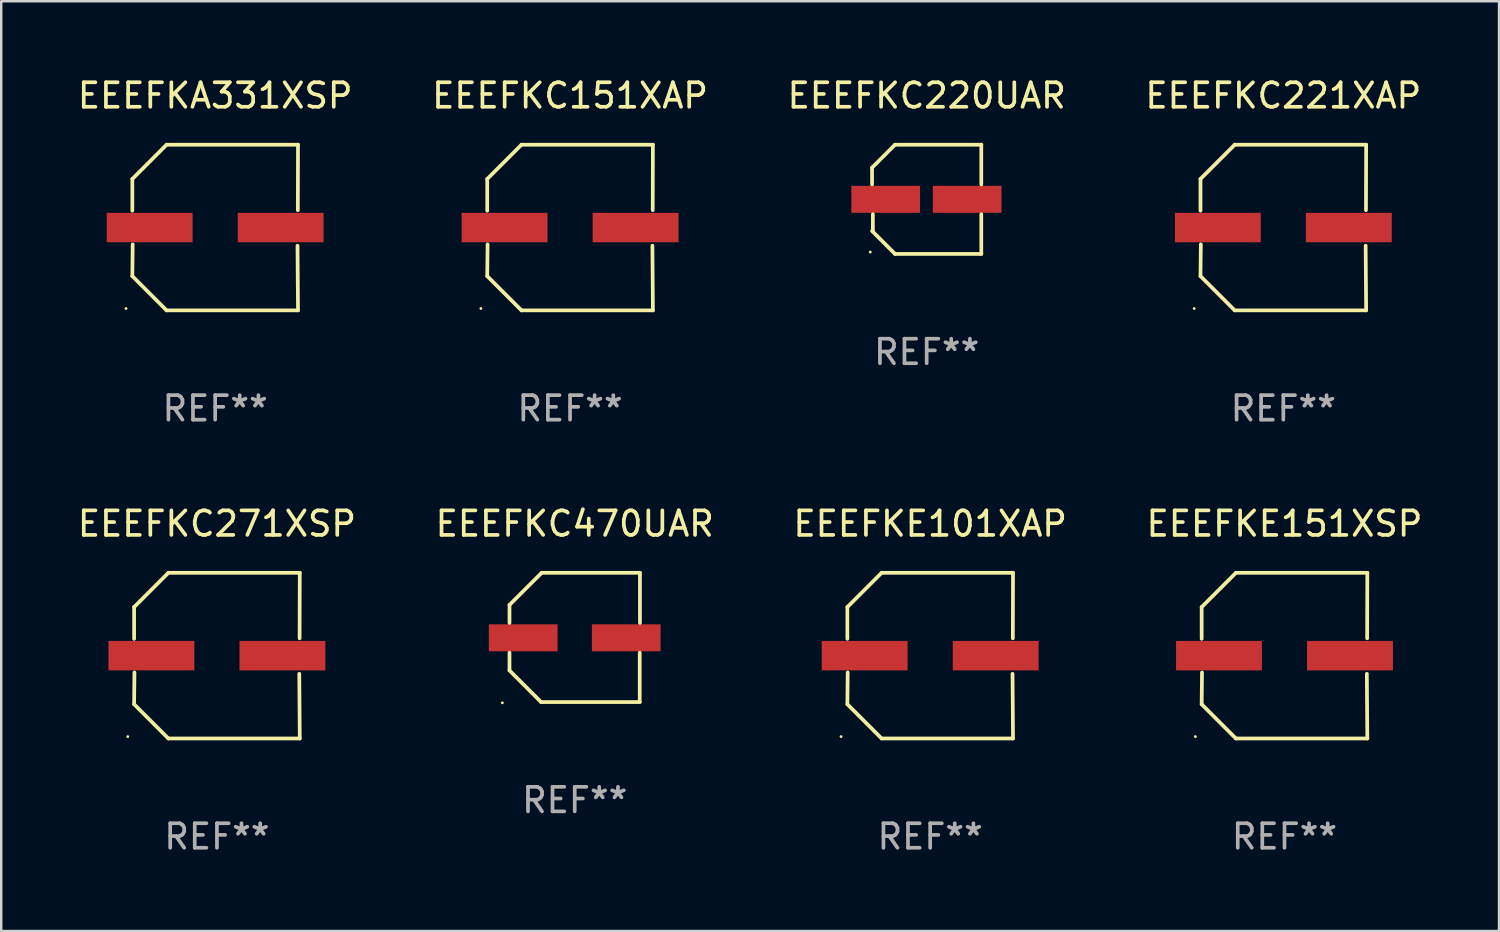
<source format=kicad_pcb>
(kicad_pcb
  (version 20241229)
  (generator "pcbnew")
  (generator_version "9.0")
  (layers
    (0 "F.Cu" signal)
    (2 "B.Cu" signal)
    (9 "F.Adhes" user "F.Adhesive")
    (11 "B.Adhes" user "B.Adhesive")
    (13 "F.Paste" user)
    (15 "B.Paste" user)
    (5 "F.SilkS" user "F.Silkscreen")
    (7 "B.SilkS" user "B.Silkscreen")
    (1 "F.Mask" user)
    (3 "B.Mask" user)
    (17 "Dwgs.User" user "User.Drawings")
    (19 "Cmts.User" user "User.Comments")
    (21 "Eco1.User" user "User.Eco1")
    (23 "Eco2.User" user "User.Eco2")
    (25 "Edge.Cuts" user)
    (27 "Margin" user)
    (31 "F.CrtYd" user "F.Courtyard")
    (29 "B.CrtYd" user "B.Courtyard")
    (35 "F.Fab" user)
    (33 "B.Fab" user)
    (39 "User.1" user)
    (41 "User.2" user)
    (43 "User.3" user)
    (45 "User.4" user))
  (footprint "EEEFKC271XSP"
    (layer "F.Cu")
    (at 5.792 23.673)
    (property "Reference" "EEEFKC271XSP" (at 0 -5.376 0) (layer "F.SilkS") (effects (font (size 1 1) (thickness 0.15))))
    (attr through_hole)
    (fp_line (start -3.376 -1.98) (end -3.376 -0.686) (stroke (width 0.152) (type solid)) (layer "F.SilkS"))
    (fp_line (start -3.376 1.981) (end -3.362 0.686) (stroke (width 0.152) (type solid)) (layer "F.SilkS"))
    (fp_line (start -1.981 3.376) (end -3.376 1.981) (stroke (width 0.152) (type solid)) (layer "F.SilkS"))
    (fp_line (start -1.98 -3.376) (end -3.376 -1.98) (stroke (width 0.152) (type solid)) (layer "F.SilkS"))
    (fp_line (start 3.356 0.74) (end 3.376 3.376) (stroke (width 0.152) (type solid)) (layer "F.SilkS"))
    (fp_line (start 3.369 -0.707) (end 3.376 -3.376) (stroke (width 0.152) (type solid)) (layer "F.SilkS"))
    (fp_line (start 3.376 3.376) (end -1.981 3.376) (stroke (width 0.152) (type solid)) (layer "F.SilkS"))
    (fp_line (start 3.376 -3.376) (end -1.98 -3.376) (stroke (width 0.152) (type solid)) (layer "F.SilkS"))
    (fp_circle (center -3.634 3.3) (end -3.604 3.3) (stroke (width 0.06) (type solid)) (fill no) (layer "F.SilkS"))
    (fp_text user "REF**" (at 0 7.376 0) (layer "F.Fab") (effects (font (size 1 1) (thickness 0.15))))
    (pad "1" smd rect (at -2.67 0.000254) (size 3.5 1.2) (layers "F.Cu" "F.Mask" "F.Paste"))
    (pad "2" smd rect (at 2.67 0.000254) (size 3.5 1.2) (layers "F.Cu" "F.Mask" "F.Paste")))
  (footprint "EEEFKE151XSP"
    (layer "F.Cu")
    (at 49.304 23.673)
    (property "Reference" "EEEFKE151XSP" (at 0 -5.376 0) (layer "F.SilkS") (effects (font (size 1 1) (thickness 0.15))))
    (attr through_hole)
    (fp_line (start -3.376 -1.98) (end -3.376 -0.686) (stroke (width 0.152) (type solid)) (layer "F.SilkS"))
    (fp_line (start -3.376 1.981) (end -3.362 0.686) (stroke (width 0.152) (type solid)) (layer "F.SilkS"))
    (fp_line (start -1.981 3.376) (end -3.376 1.981) (stroke (width 0.152) (type solid)) (layer "F.SilkS"))
    (fp_line (start -1.98 -3.376) (end -3.376 -1.98) (stroke (width 0.152) (type solid)) (layer "F.SilkS"))
    (fp_line (start 3.356 0.74) (end 3.376 3.376) (stroke (width 0.152) (type solid)) (layer "F.SilkS"))
    (fp_line (start 3.369 -0.707) (end 3.376 -3.376) (stroke (width 0.152) (type solid)) (layer "F.SilkS"))
    (fp_line (start 3.376 3.376) (end -1.981 3.376) (stroke (width 0.152) (type solid)) (layer "F.SilkS"))
    (fp_line (start 3.376 -3.376) (end -1.98 -3.376) (stroke (width 0.152) (type solid)) (layer "F.SilkS"))
    (fp_circle (center -3.634 3.3) (end -3.604 3.3) (stroke (width 0.06) (type solid)) (fill no) (layer "F.SilkS"))
    (fp_text user "REF**" (at 0 7.376 0) (layer "F.Fab") (effects (font (size 1 1) (thickness 0.15))))
    (pad "1" smd rect (at -2.67 0.000254) (size 3.5 1.2) (layers "F.Cu" "F.Mask" "F.Paste"))
    (pad "2" smd rect (at 2.67 0.000254) (size 3.5 1.2) (layers "F.Cu" "F.Mask" "F.Paste")))
  (footprint "EEEFKA331XSP"
    (layer "F.Cu")
    (at 5.72 6.224)
    (property "Reference" "EEEFKA331XSP" (at 0 -5.376 0) (layer "F.SilkS") (effects (font (size 1 1) (thickness 0.15))))
    (attr through_hole)
    (fp_line (start -3.376 -1.98) (end -3.376 -0.686) (stroke (width 0.152) (type solid)) (layer "F.SilkS"))
    (fp_line (start -3.376 1.981) (end -3.362 0.686) (stroke (width 0.152) (type solid)) (layer "F.SilkS"))
    (fp_line (start -1.981 3.376) (end -3.376 1.981) (stroke (width 0.152) (type solid)) (layer "F.SilkS"))
    (fp_line (start -1.98 -3.376) (end -3.376 -1.98) (stroke (width 0.152) (type solid)) (layer "F.SilkS"))
    (fp_line (start 3.356 0.74) (end 3.376 3.376) (stroke (width 0.152) (type solid)) (layer "F.SilkS"))
    (fp_line (start 3.369 -0.707) (end 3.376 -3.376) (stroke (width 0.152) (type solid)) (layer "F.SilkS"))
    (fp_line (start 3.376 3.376) (end -1.981 3.376) (stroke (width 0.152) (type solid)) (layer "F.SilkS"))
    (fp_line (start 3.376 -3.376) (end -1.98 -3.376) (stroke (width 0.152) (type solid)) (layer "F.SilkS"))
    (fp_circle (center -3.634 3.3) (end -3.604 3.3) (stroke (width 0.06) (type solid)) (fill no) (layer "F.SilkS"))
    (fp_text user "REF**" (at 0 7.376 0) (layer "F.Fab") (effects (font (size 1 1) (thickness 0.15))))
    (pad "1" smd rect (at -2.67 0.000254) (size 3.5 1.2) (layers "F.Cu" "F.Mask" "F.Paste"))
    (pad "2" smd rect (at 2.67 0.000254) (size 3.5 1.2) (layers "F.Cu" "F.Mask" "F.Paste")))
  (footprint "EEEFKE101XAP"
    (layer "F.Cu")
    (at 34.863 23.673)
    (property "Reference" "EEEFKE101XAP" (at 0 -5.376 0) (layer "F.SilkS") (effects (font (size 1 1) (thickness 0.15))))
    (attr through_hole)
    (fp_line (start -3.376 -1.98) (end -3.376 -0.686) (stroke (width 0.152) (type solid)) (layer "F.SilkS"))
    (fp_line (start -3.376 1.981) (end -3.362 0.686) (stroke (width 0.152) (type solid)) (layer "F.SilkS"))
    (fp_line (start -1.981 3.376) (end -3.376 1.981) (stroke (width 0.152) (type solid)) (layer "F.SilkS"))
    (fp_line (start -1.98 -3.376) (end -3.376 -1.98) (stroke (width 0.152) (type solid)) (layer "F.SilkS"))
    (fp_line (start 3.356 0.74) (end 3.376 3.376) (stroke (width 0.152) (type solid)) (layer "F.SilkS"))
    (fp_line (start 3.369 -0.707) (end 3.376 -3.376) (stroke (width 0.152) (type solid)) (layer "F.SilkS"))
    (fp_line (start 3.376 3.376) (end -1.981 3.376) (stroke (width 0.152) (type solid)) (layer "F.SilkS"))
    (fp_line (start 3.376 -3.376) (end -1.98 -3.376) (stroke (width 0.152) (type solid)) (layer "F.SilkS"))
    (fp_circle (center -3.634 3.3) (end -3.604 3.3) (stroke (width 0.06) (type solid)) (fill no) (layer "F.SilkS"))
    (fp_text user "REF**" (at 0 7.376 0) (layer "F.Fab") (effects (font (size 1 1) (thickness 0.15))))
    (pad "1" smd rect (at -2.67 0.000254) (size 3.5 1.2) (layers "F.Cu" "F.Mask" "F.Paste"))
    (pad "2" smd rect (at 2.67 0.000254) (size 3.5 1.2) (layers "F.Cu" "F.Mask" "F.Paste")))
  (footprint "EEEFKC470UAR"
    (layer "F.Cu")
    (at 20.375 22.931)
    (property "Reference" "EEEFKC470UAR" (at 0 -4.634 0) (layer "F.SilkS") (effects (font (size 1 1) (thickness 0.15))))
    (attr through_hole)
    (fp_line (start -2.659 -1.326) (end -2.659 -0.592) (stroke (width 0.152) (type solid)) (layer "F.SilkS"))
    (fp_line (start -2.659 1.346) (end -2.659 0.622) (stroke (width 0.152) (type solid)) (layer "F.SilkS"))
    (fp_line (start -1.372 2.634) (end -2.659 1.346) (stroke (width 0.152) (type solid)) (layer "F.SilkS"))
    (fp_line (start -1.349 -2.634) (end -2.659 -1.326) (stroke (width 0.152) (type solid)) (layer "F.SilkS"))
    (fp_line (start 2.649 0.622) (end 2.649 2.634) (stroke (width 0.152) (type solid)) (layer "F.SilkS"))
    (fp_line (start 2.649 2.634) (end -1.372 2.634) (stroke (width 0.152) (type solid)) (layer "F.SilkS"))
    (fp_line (start 2.659 -2.634) (end -1.349 -2.634) (stroke (width 0.152) (type solid)) (layer "F.SilkS"))
    (fp_line (start 2.659 -0.592) (end 2.659 -2.634) (stroke (width 0.152) (type solid)) (layer "F.SilkS"))
    (fp_circle (center -2.95 2.665) (end -2.92 2.665) (stroke (width 0.06) (type solid)) (fill no) (layer "F.SilkS"))
    (fp_text user "REF**" (at 0 6.634 0) (layer "F.Fab") (effects (font (size 1 1) (thickness 0.15))))
    (pad "1" smd rect (at -2.1 0.015) (size 2.8 1.1) (layers "F.Cu" "F.Mask" "F.Paste"))
    (pad "2" smd rect (at 2.1 0.015) (size 2.8 1.1) (layers "F.Cu" "F.Mask" "F.Paste")))
  (footprint "EEEFKC151XAP"
    (layer "F.Cu")
    (at 20.185 6.224)
    (property "Reference" "EEEFKC151XAP" (at 0 -5.376 0) (layer "F.SilkS") (effects (font (size 1 1) (thickness 0.15))))
    (attr through_hole)
    (fp_line (start -3.376 -1.98) (end -3.376 -0.686) (stroke (width 0.152) (type solid)) (layer "F.SilkS"))
    (fp_line (start -3.376 1.981) (end -3.362 0.686) (stroke (width 0.152) (type solid)) (layer "F.SilkS"))
    (fp_line (start -1.981 3.376) (end -3.376 1.981) (stroke (width 0.152) (type solid)) (layer "F.SilkS"))
    (fp_line (start -1.98 -3.376) (end -3.376 -1.98) (stroke (width 0.152) (type solid)) (layer "F.SilkS"))
    (fp_line (start 3.356 0.74) (end 3.376 3.376) (stroke (width 0.152) (type solid)) (layer "F.SilkS"))
    (fp_line (start 3.369 -0.707) (end 3.376 -3.376) (stroke (width 0.152) (type solid)) (layer "F.SilkS"))
    (fp_line (start 3.376 3.376) (end -1.981 3.376) (stroke (width 0.152) (type solid)) (layer "F.SilkS"))
    (fp_line (start 3.376 -3.376) (end -1.98 -3.376) (stroke (width 0.152) (type solid)) (layer "F.SilkS"))
    (fp_circle (center -3.634 3.3) (end -3.604 3.3) (stroke (width 0.06) (type solid)) (fill no) (layer "F.SilkS"))
    (fp_text user "REF**" (at 0 7.376 0) (layer "F.Fab") (effects (font (size 1 1) (thickness 0.15))))
    (pad "1" smd rect (at -2.67 0.000254) (size 3.5 1.2) (layers "F.Cu" "F.Mask" "F.Paste"))
    (pad "2" smd rect (at 2.67 0.000254) (size 3.5 1.2) (layers "F.Cu" "F.Mask" "F.Paste")))
  (footprint "EEEFKC221XAP"
    (layer "F.Cu")
    (at 49.256 6.224)
    (property "Reference" "EEEFKC221XAP" (at 0 -5.376 0) (layer "F.SilkS") (effects (font (size 1 1) (thickness 0.15))))
    (attr through_hole)
    (fp_line (start -3.376 -1.98) (end -3.376 -0.686) (stroke (width 0.152) (type solid)) (layer "F.SilkS"))
    (fp_line (start -3.376 1.981) (end -3.362 0.686) (stroke (width 0.152) (type solid)) (layer "F.SilkS"))
    (fp_line (start -1.981 3.376) (end -3.376 1.981) (stroke (width 0.152) (type solid)) (layer "F.SilkS"))
    (fp_line (start -1.98 -3.376) (end -3.376 -1.98) (stroke (width 0.152) (type solid)) (layer "F.SilkS"))
    (fp_line (start 3.356 0.74) (end 3.376 3.376) (stroke (width 0.152) (type solid)) (layer "F.SilkS"))
    (fp_line (start 3.369 -0.707) (end 3.376 -3.376) (stroke (width 0.152) (type solid)) (layer "F.SilkS"))
    (fp_line (start 3.376 3.376) (end -1.981 3.376) (stroke (width 0.152) (type solid)) (layer "F.SilkS"))
    (fp_line (start 3.376 -3.376) (end -1.98 -3.376) (stroke (width 0.152) (type solid)) (layer "F.SilkS"))
    (fp_circle (center -3.634 3.3) (end -3.604 3.3) (stroke (width 0.06) (type solid)) (fill no) (layer "F.SilkS"))
    (fp_text user "REF**" (at 0 7.376 0) (layer "F.Fab") (effects (font (size 1 1) (thickness 0.15))))
    (pad "1" smd rect (at -2.67 0.000254) (size 3.5 1.2) (layers "F.Cu" "F.Mask" "F.Paste"))
    (pad "2" smd rect (at 2.67 0.000254) (size 3.5 1.2) (layers "F.Cu" "F.Mask" "F.Paste")))
  (footprint "EEEFKC220UAR"
    (layer "F.Cu")
    (at 34.72 5.074)
    (property "Reference" "EEEFKC220UAR" (at 0 -4.226 0) (layer "F.SilkS") (effects (font (size 1 1) (thickness 0.15))))
    (attr through_hole)
    (fp_line (start -2.226 -1.29) (end -2.226 -0.607) (stroke (width 0.152) (type solid)) (layer "F.SilkS"))
    (fp_line (start -2.193 1.29) (end -2.193 0.607) (stroke (width 0.152) (type solid)) (layer "F.SilkS"))
    (fp_line (start -1.29 2.226) (end -2.226 1.29) (stroke (width 0.152) (type solid)) (layer "F.SilkS"))
    (fp_line (start -1.29 -2.226) (end -2.226 -1.29) (stroke (width 0.152) (type solid)) (layer "F.SilkS"))
    (fp_line (start 2.226 -2.226) (end -1.29 -2.226) (stroke (width 0.152) (type solid)) (layer "F.SilkS"))
    (fp_line (start 2.226 -0.607) (end 2.226 -2.226) (stroke (width 0.152) (type solid)) (layer "F.SilkS"))
    (fp_line (start 2.226 0.607) (end 2.226 2.226) (stroke (width 0.152) (type solid)) (layer "F.SilkS"))
    (fp_line (start 2.226 2.226) (end -1.29 2.226) (stroke (width 0.152) (type solid)) (layer "F.SilkS"))
    (fp_circle (center -2.3 2.15) (end -2.27 2.15) (stroke (width 0.06) (type solid)) (fill no) (layer "F.SilkS"))
    (fp_text user "REF**" (at 0 6.226 0) (layer "F.Fab") (effects (font (size 1 1) (thickness 0.15))))
    (pad "1" smd rect (at -1.67 -0.000025) (size 2.8 1.1) (layers "F.Cu" "F.Mask" "F.Paste"))
    (pad "2" smd rect (at 1.651 -0.000025) (size 2.8 1.1) (layers "F.Cu" "F.Mask" "F.Paste")))
  (gr_rect
    (start -3 -3)
    (end 58.048 34.897)
    (stroke (width 0.1) (type default))
    (fill no)
    (layer "Edge.Cuts")))
</source>
